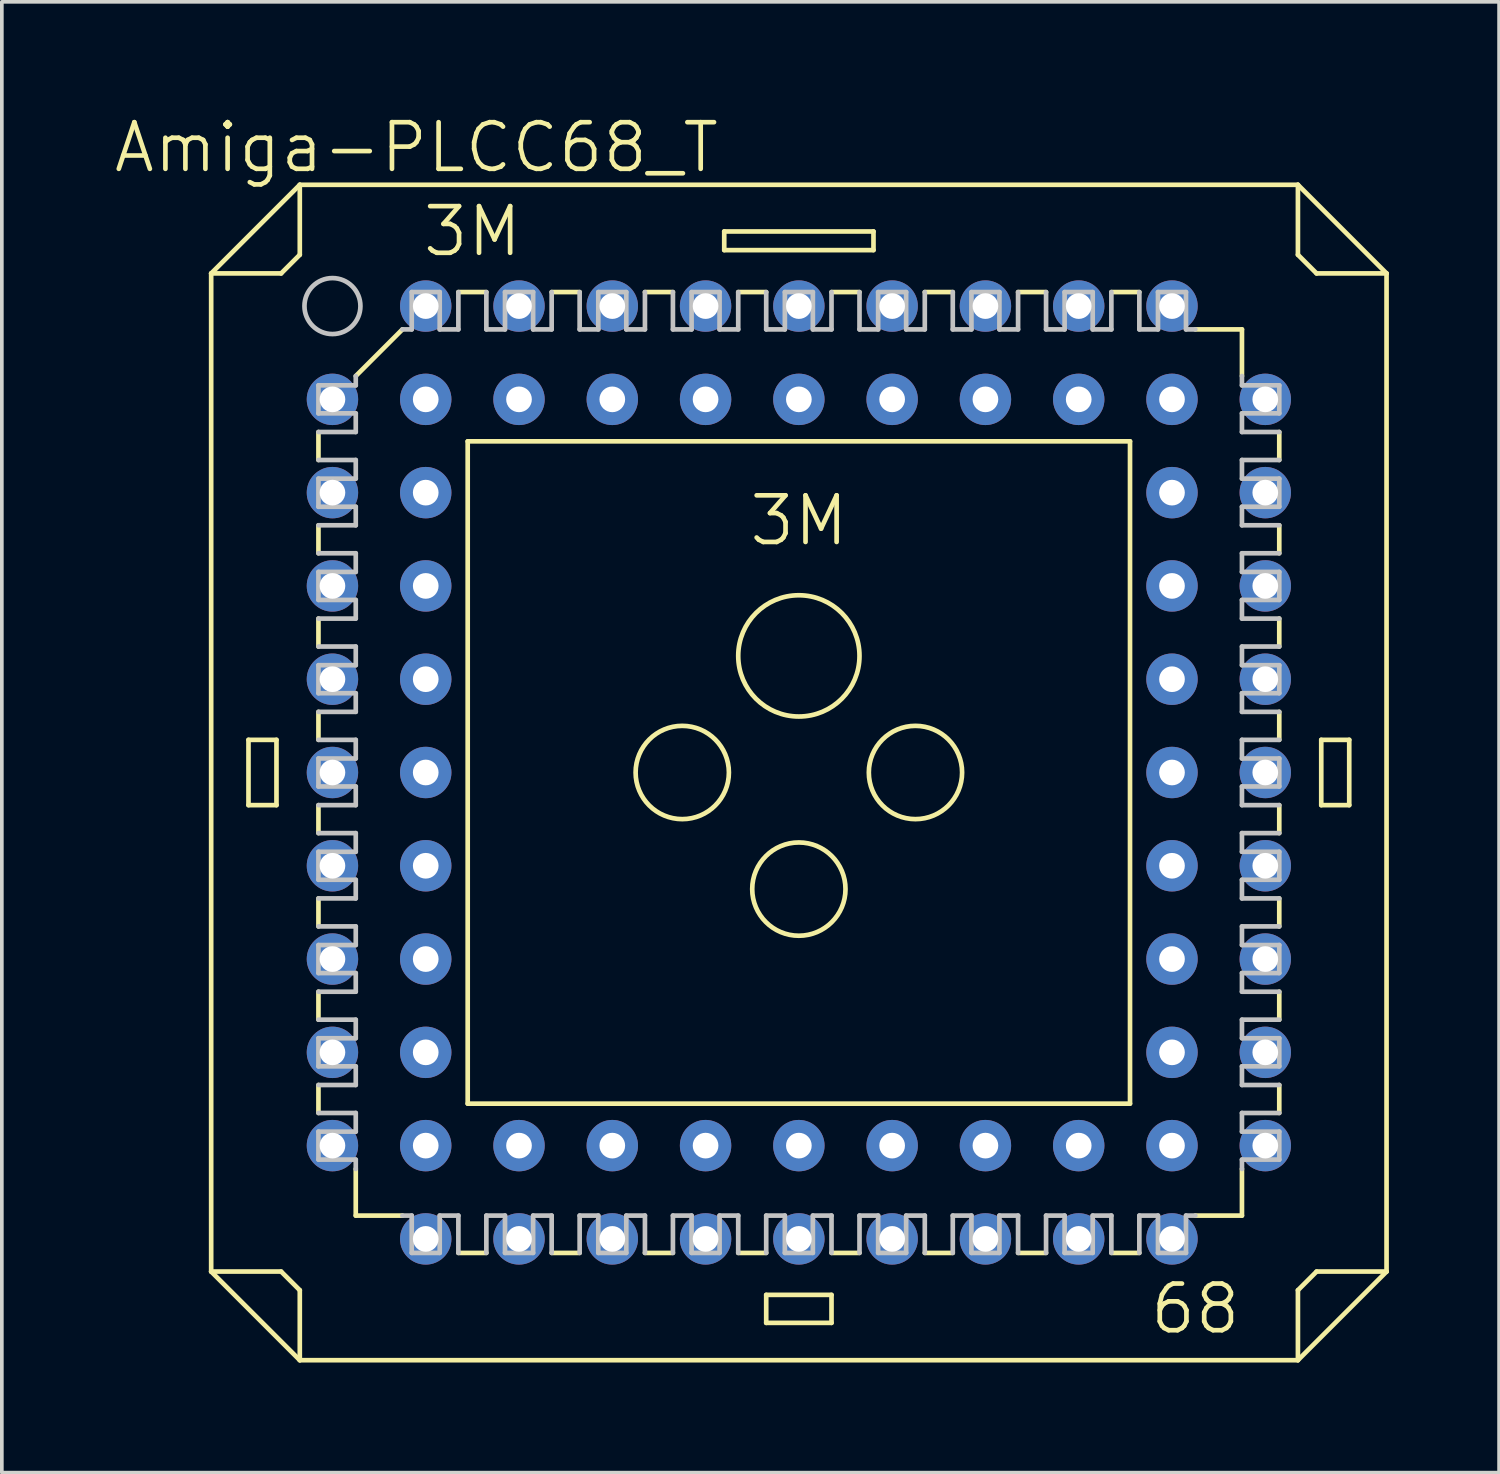
<source format=kicad_pcb>
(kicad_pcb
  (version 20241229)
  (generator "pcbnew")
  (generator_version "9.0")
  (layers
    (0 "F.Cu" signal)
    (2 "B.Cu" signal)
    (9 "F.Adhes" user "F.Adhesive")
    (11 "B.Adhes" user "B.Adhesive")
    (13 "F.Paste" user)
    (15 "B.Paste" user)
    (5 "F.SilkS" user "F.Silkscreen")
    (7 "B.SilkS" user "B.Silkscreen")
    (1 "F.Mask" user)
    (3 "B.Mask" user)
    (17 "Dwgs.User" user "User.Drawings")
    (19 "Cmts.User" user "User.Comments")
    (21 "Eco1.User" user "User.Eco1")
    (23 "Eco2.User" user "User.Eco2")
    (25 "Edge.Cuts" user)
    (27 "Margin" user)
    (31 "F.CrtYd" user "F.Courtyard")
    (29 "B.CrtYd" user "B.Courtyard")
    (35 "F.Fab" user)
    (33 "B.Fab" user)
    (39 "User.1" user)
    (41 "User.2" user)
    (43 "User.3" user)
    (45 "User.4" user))
  (footprint "Amiga-PLCC68_T"
    (layer "F.Cu")
    (at 18.702 17.984)
    (property "Reference" "Amiga-PLCC68_T" (at -10.414 -17.018 0) (layer "F.SilkS") (effects (font (size 1.27 1.27) (thickness 0.127))))
    (attr exclude_from_pos_files exclude_from_bom)
    (fp_line (start -16.002 -13.589) (end -16.002 13.589) (stroke (width 0.127) (type solid)) (layer "F.SilkS"))
    (fp_line (start -16.002 -13.589) (end -13.589 -16.002) (stroke (width 0.127) (type solid)) (layer "F.SilkS"))
    (fp_line (start -16.002 13.589) (end -14.097 13.589) (stroke (width 0.127) (type solid)) (layer "F.SilkS"))
    (fp_line (start -14.986 -0.889) (end -14.224 -0.889) (stroke (width 0.127) (type solid)) (layer "F.SilkS"))
    (fp_line (start -14.986 0.889) (end -14.986 -0.889) (stroke (width 0.127) (type solid)) (layer "F.SilkS"))
    (fp_line (start -14.986 0.889) (end -14.224 0.889) (stroke (width 0.127) (type solid)) (layer "F.SilkS"))
    (fp_line (start -14.224 0.889) (end -14.224 -0.889) (stroke (width 0.127) (type solid)) (layer "F.SilkS"))
    (fp_line (start -14.097 -13.589) (end -16.002 -13.589) (stroke (width 0.127) (type solid)) (layer "F.SilkS"))
    (fp_line (start -14.097 -13.589) (end -13.589 -14.097) (stroke (width 0.127) (type solid)) (layer "F.SilkS"))
    (fp_line (start -13.589 -16.002) (end -13.589 -14.097) (stroke (width 0.127) (type solid)) (layer "F.SilkS"))
    (fp_line (start -13.589 14.097) (end -14.097 13.589) (stroke (width 0.127) (type solid)) (layer "F.SilkS"))
    (fp_line (start -13.589 14.097) (end -13.589 16.002) (stroke (width 0.127) (type solid)) (layer "F.SilkS"))
    (fp_line (start -13.589 16.002) (end -16.002 13.589) (stroke (width 0.127) (type solid)) (layer "F.SilkS"))
    (fp_line (start -13.081 -9.271) (end -13.081 -8.509) (stroke (width 0.127) (type solid)) (layer "F.SilkS"))
    (fp_line (start -13.081 -6.731) (end -13.081 -5.969) (stroke (width 0.127) (type solid)) (layer "F.SilkS"))
    (fp_line (start -13.081 -4.191) (end -13.081 -3.429) (stroke (width 0.127) (type solid)) (layer "F.SilkS"))
    (fp_line (start -13.081 -0.889) (end -13.081 -1.651) (stroke (width 0.127) (type solid)) (layer "F.SilkS"))
    (fp_line (start -13.081 1.651) (end -13.081 0.889) (stroke (width 0.127) (type solid)) (layer "F.SilkS"))
    (fp_line (start -13.081 4.191) (end -13.081 3.429) (stroke (width 0.127) (type solid)) (layer "F.SilkS"))
    (fp_line (start -13.081 5.969) (end -13.081 6.731) (stroke (width 0.127) (type solid)) (layer "F.SilkS"))
    (fp_line (start -13.081 8.509) (end -13.081 9.271) (stroke (width 0.127) (type solid)) (layer "F.SilkS"))
    (fp_line (start -12.065 -10.795) (end -10.795 -12.065) (stroke (width 0.127) (type solid)) (layer "F.SilkS"))
    (fp_line (start -12.065 12.065) (end -12.065 10.795) (stroke (width 0.127) (type solid)) (layer "F.SilkS"))
    (fp_line (start -12.065 12.065) (end -10.795 12.065) (stroke (width 0.127) (type solid)) (layer "F.SilkS"))
    (fp_line (start -9.271 13.081) (end -8.509 13.081) (stroke (width 0.127) (type solid)) (layer "F.SilkS"))
    (fp_line (start -9.017 -9.017) (end -9.017 9.017) (stroke (width 0.127) (type solid)) (layer "F.SilkS"))
    (fp_line (start -9.017 -9.017) (end 9.017 -9.017) (stroke (width 0.127) (type solid)) (layer "F.SilkS"))
    (fp_line (start -8.509 -13.081) (end -9.271 -13.081) (stroke (width 0.127) (type solid)) (layer "F.SilkS"))
    (fp_line (start -6.731 13.081) (end -5.969 13.081) (stroke (width 0.127) (type solid)) (layer "F.SilkS"))
    (fp_line (start -5.969 -13.081) (end -6.731 -13.081) (stroke (width 0.127) (type solid)) (layer "F.SilkS"))
    (fp_line (start -4.191 13.081) (end -3.429 13.081) (stroke (width 0.127) (type solid)) (layer "F.SilkS"))
    (fp_line (start -3.429 -13.081) (end -4.191 -13.081) (stroke (width 0.127) (type solid)) (layer "F.SilkS"))
    (fp_line (start -2.032 -14.732) (end -2.032 -14.224) (stroke (width 0.127) (type solid)) (layer "F.SilkS"))
    (fp_line (start -1.651 13.081) (end -0.889 13.081) (stroke (width 0.127) (type solid)) (layer "F.SilkS"))
    (fp_line (start -0.889 -13.081) (end -1.651 -13.081) (stroke (width 0.127) (type solid)) (layer "F.SilkS"))
    (fp_line (start -0.889 14.986) (end -0.889 14.224) (stroke (width 0.127) (type solid)) (layer "F.SilkS"))
    (fp_line (start -0.889 14.986) (end 0.889 14.986) (stroke (width 0.127) (type solid)) (layer "F.SilkS"))
    (fp_line (start 0.889 13.081) (end 1.651 13.081) (stroke (width 0.127) (type solid)) (layer "F.SilkS"))
    (fp_line (start 0.889 14.224) (end -0.889 14.224) (stroke (width 0.127) (type solid)) (layer "F.SilkS"))
    (fp_line (start 0.889 14.224) (end 0.889 14.986) (stroke (width 0.127) (type solid)) (layer "F.SilkS"))
    (fp_line (start 1.651 -13.081) (end 0.889 -13.081) (stroke (width 0.127) (type solid)) (layer "F.SilkS"))
    (fp_line (start 2.032 -14.732) (end -2.032 -14.732) (stroke (width 0.127) (type solid)) (layer "F.SilkS"))
    (fp_line (start 2.032 -14.224) (end -2.032 -14.224) (stroke (width 0.127) (type solid)) (layer "F.SilkS"))
    (fp_line (start 2.032 -14.224) (end 2.032 -14.732) (stroke (width 0.127) (type solid)) (layer "F.SilkS"))
    (fp_line (start 3.429 13.081) (end 4.191 13.081) (stroke (width 0.127) (type solid)) (layer "F.SilkS"))
    (fp_line (start 4.191 -13.081) (end 3.429 -13.081) (stroke (width 0.127) (type solid)) (layer "F.SilkS"))
    (fp_line (start 5.969 13.081) (end 6.731 13.081) (stroke (width 0.127) (type solid)) (layer "F.SilkS"))
    (fp_line (start 6.731 -13.081) (end 5.969 -13.081) (stroke (width 0.127) (type solid)) (layer "F.SilkS"))
    (fp_line (start 8.509 13.081) (end 9.271 13.081) (stroke (width 0.127) (type solid)) (layer "F.SilkS"))
    (fp_line (start 9.017 9.017) (end -9.017 9.017) (stroke (width 0.127) (type solid)) (layer "F.SilkS"))
    (fp_line (start 9.017 9.017) (end 9.017 -9.017) (stroke (width 0.127) (type solid)) (layer "F.SilkS"))
    (fp_line (start 9.271 -13.081) (end 8.509 -13.081) (stroke (width 0.127) (type solid)) (layer "F.SilkS"))
    (fp_line (start 10.795 12.065) (end 12.065 12.065) (stroke (width 0.127) (type solid)) (layer "F.SilkS"))
    (fp_line (start 12.065 -12.065) (end 10.795 -12.065) (stroke (width 0.127) (type solid)) (layer "F.SilkS"))
    (fp_line (start 12.065 -12.065) (end 12.065 -10.795) (stroke (width 0.127) (type solid)) (layer "F.SilkS"))
    (fp_line (start 12.065 12.065) (end 12.065 10.795) (stroke (width 0.127) (type solid)) (layer "F.SilkS"))
    (fp_line (start 13.081 -8.509) (end 13.081 -9.271) (stroke (width 0.127) (type solid)) (layer "F.SilkS"))
    (fp_line (start 13.081 -5.969) (end 13.081 -6.731) (stroke (width 0.127) (type solid)) (layer "F.SilkS"))
    (fp_line (start 13.081 -4.191) (end 13.081 -3.429) (stroke (width 0.127) (type solid)) (layer "F.SilkS"))
    (fp_line (start 13.081 -1.651) (end 13.081 -0.889) (stroke (width 0.127) (type solid)) (layer "F.SilkS"))
    (fp_line (start 13.081 0.889) (end 13.081 1.651) (stroke (width 0.127) (type solid)) (layer "F.SilkS"))
    (fp_line (start 13.081 4.191) (end 13.081 3.429) (stroke (width 0.127) (type solid)) (layer "F.SilkS"))
    (fp_line (start 13.081 6.731) (end 13.081 5.969) (stroke (width 0.127) (type solid)) (layer "F.SilkS"))
    (fp_line (start 13.081 9.271) (end 13.081 8.509) (stroke (width 0.127) (type solid)) (layer "F.SilkS"))
    (fp_line (start 13.589 -16.002) (end -13.589 -16.002) (stroke (width 0.127) (type solid)) (layer "F.SilkS"))
    (fp_line (start 13.589 -16.002) (end 16.002 -13.589) (stroke (width 0.127) (type solid)) (layer "F.SilkS"))
    (fp_line (start 13.589 -14.097) (end 13.589 -16.002) (stroke (width 0.127) (type solid)) (layer "F.SilkS"))
    (fp_line (start 13.589 -14.097) (end 14.097 -13.589) (stroke (width 0.127) (type solid)) (layer "F.SilkS"))
    (fp_line (start 13.589 16.002) (end -13.589 16.002) (stroke (width 0.127) (type solid)) (layer "F.SilkS"))
    (fp_line (start 13.589 16.002) (end 13.589 14.097) (stroke (width 0.127) (type solid)) (layer "F.SilkS"))
    (fp_line (start 14.097 13.589) (end 13.589 14.097) (stroke (width 0.127) (type solid)) (layer "F.SilkS"))
    (fp_line (start 14.097 13.589) (end 16.002 13.589) (stroke (width 0.127) (type solid)) (layer "F.SilkS"))
    (fp_line (start 14.224 -0.889) (end 14.224 0.889) (stroke (width 0.127) (type solid)) (layer "F.SilkS"))
    (fp_line (start 14.224 -0.889) (end 14.986 -0.889) (stroke (width 0.127) (type solid)) (layer "F.SilkS"))
    (fp_line (start 14.986 0.889) (end 14.224 0.889) (stroke (width 0.127) (type solid)) (layer "F.SilkS"))
    (fp_line (start 14.986 0.889) (end 14.986 -0.889) (stroke (width 0.127) (type solid)) (layer "F.SilkS"))
    (fp_line (start 16.002 -13.589) (end 14.097 -13.589) (stroke (width 0.127) (type solid)) (layer "F.SilkS"))
    (fp_line (start 16.002 -13.589) (end 16.002 13.589) (stroke (width 0.127) (type solid)) (layer "F.SilkS"))
    (fp_line (start 16.002 13.589) (end 13.589 16.002) (stroke (width 0.127) (type solid)) (layer "F.SilkS"))
    (fp_circle (center -3.175 0) (end -3.175 -1.27) (stroke (width 0.127) (type solid)) (fill no) (layer "F.SilkS"))
    (fp_circle (center 0 -3.175) (end 0 -4.826) (stroke (width 0.127) (type solid)) (fill no) (layer "F.SilkS"))
    (fp_circle (center 0 3.175) (end 0 1.905) (stroke (width 0.127) (type solid)) (fill no) (layer "F.SilkS"))
    (fp_circle (center 3.175 0) (end 3.175 -1.27) (stroke (width 0.127) (type solid)) (fill no) (layer "F.SilkS"))
    (fp_line (start -13.081 -10.541) (end -13.081 -9.779) (stroke (width 0.127) (type solid)) (layer "Dwgs.User"))
    (fp_line (start -13.081 -10.541) (end -12.065 -10.541) (stroke (width 0.127) (type solid)) (layer "Dwgs.User"))
    (fp_line (start -13.081 -9.271) (end -12.065 -9.271) (stroke (width 0.127) (type solid)) (layer "Dwgs.User"))
    (fp_line (start -13.081 -7.236) (end -13.081 -8.001) (stroke (width 0.127) (type solid)) (layer "Dwgs.User"))
    (fp_line (start -13.081 -7.236) (end -12.065 -7.236) (stroke (width 0.127) (type solid)) (layer "Dwgs.User"))
    (fp_line (start -13.081 -6.731) (end -12.065 -6.731) (stroke (width 0.127) (type solid)) (layer "Dwgs.User"))
    (fp_line (start -13.081 -5.461) (end -13.081 -4.699) (stroke (width 0.127) (type solid)) (layer "Dwgs.User"))
    (fp_line (start -13.081 -5.461) (end -12.065 -5.461) (stroke (width 0.127) (type solid)) (layer "Dwgs.User"))
    (fp_line (start -13.081 -4.191) (end -12.065 -4.191) (stroke (width 0.127) (type solid)) (layer "Dwgs.User"))
    (fp_line (start -13.081 -2.921) (end -13.081 -2.159) (stroke (width 0.127) (type solid)) (layer "Dwgs.User"))
    (fp_line (start -13.081 -2.921) (end -12.065 -2.921) (stroke (width 0.127) (type solid)) (layer "Dwgs.User"))
    (fp_line (start -13.081 -0.889) (end -12.065 -0.889) (stroke (width 0.127) (type solid)) (layer "Dwgs.User"))
    (fp_line (start -13.081 0.381) (end -13.081 -0.381) (stroke (width 0.127) (type solid)) (layer "Dwgs.User"))
    (fp_line (start -13.081 0.381) (end -12.065 0.381) (stroke (width 0.127) (type solid)) (layer "Dwgs.User"))
    (fp_line (start -13.081 1.651) (end -12.065 1.651) (stroke (width 0.127) (type solid)) (layer "Dwgs.User"))
    (fp_line (start -13.081 2.921) (end -13.081 2.159) (stroke (width 0.127) (type solid)) (layer "Dwgs.User"))
    (fp_line (start -13.081 2.921) (end -12.065 2.921) (stroke (width 0.127) (type solid)) (layer "Dwgs.User"))
    (fp_line (start -13.081 4.191) (end -12.065 4.191) (stroke (width 0.127) (type solid)) (layer "Dwgs.User"))
    (fp_line (start -13.081 5.461) (end -13.081 4.699) (stroke (width 0.127) (type solid)) (layer "Dwgs.User"))
    (fp_line (start -13.081 5.461) (end -12.065 5.461) (stroke (width 0.127) (type solid)) (layer "Dwgs.User"))
    (fp_line (start -13.081 5.969) (end -12.065 5.969) (stroke (width 0.127) (type solid)) (layer "Dwgs.User"))
    (fp_line (start -13.081 7.236) (end -13.081 8.001) (stroke (width 0.127) (type solid)) (layer "Dwgs.User"))
    (fp_line (start -13.081 7.236) (end -12.065 7.236) (stroke (width 0.127) (type solid)) (layer "Dwgs.User"))
    (fp_line (start -13.081 8.509) (end -12.065 8.509) (stroke (width 0.127) (type solid)) (layer "Dwgs.User"))
    (fp_line (start -13.081 9.779) (end -12.065 9.779) (stroke (width 0.127) (type solid)) (layer "Dwgs.User"))
    (fp_line (start -13.081 10.541) (end -13.081 9.779) (stroke (width 0.127) (type solid)) (layer "Dwgs.User"))
    (fp_line (start -13.081 10.541) (end -12.065 10.541) (stroke (width 0.127) (type solid)) (layer "Dwgs.User"))
    (fp_line (start -12.065 -10.541) (end -12.065 -10.795) (stroke (width 0.127) (type solid)) (layer "Dwgs.User"))
    (fp_line (start -12.065 -9.779) (end -13.081 -9.779) (stroke (width 0.127) (type solid)) (layer "Dwgs.User"))
    (fp_line (start -12.065 -9.779) (end -12.065 -9.271) (stroke (width 0.127) (type solid)) (layer "Dwgs.User"))
    (fp_line (start -12.065 -8.509) (end -13.081 -8.509) (stroke (width 0.127) (type solid)) (layer "Dwgs.User"))
    (fp_line (start -12.065 -8.001) (end -13.081 -8.001) (stroke (width 0.127) (type solid)) (layer "Dwgs.User"))
    (fp_line (start -12.065 -8.001) (end -12.065 -8.509) (stroke (width 0.127) (type solid)) (layer "Dwgs.User"))
    (fp_line (start -12.065 -6.731) (end -12.065 -7.236) (stroke (width 0.127) (type solid)) (layer "Dwgs.User"))
    (fp_line (start -12.065 -5.969) (end -13.081 -5.969) (stroke (width 0.127) (type solid)) (layer "Dwgs.User"))
    (fp_line (start -12.065 -5.969) (end -12.065 -5.461) (stroke (width 0.127) (type solid)) (layer "Dwgs.User"))
    (fp_line (start -12.065 -4.699) (end -13.081 -4.699) (stroke (width 0.127) (type solid)) (layer "Dwgs.User"))
    (fp_line (start -12.065 -4.699) (end -12.065 -4.191) (stroke (width 0.127) (type solid)) (layer "Dwgs.User"))
    (fp_line (start -12.065 -3.429) (end -13.081 -3.429) (stroke (width 0.127) (type solid)) (layer "Dwgs.User"))
    (fp_line (start -12.065 -3.429) (end -12.065 -2.921) (stroke (width 0.127) (type solid)) (layer "Dwgs.User"))
    (fp_line (start -12.065 -2.159) (end -13.081 -2.159) (stroke (width 0.127) (type solid)) (layer "Dwgs.User"))
    (fp_line (start -12.065 -2.159) (end -12.065 -1.651) (stroke (width 0.127) (type solid)) (layer "Dwgs.User"))
    (fp_line (start -12.065 -1.651) (end -13.081 -1.651) (stroke (width 0.127) (type solid)) (layer "Dwgs.User"))
    (fp_line (start -12.065 -0.381) (end -13.081 -0.381) (stroke (width 0.127) (type solid)) (layer "Dwgs.User"))
    (fp_line (start -12.065 -0.381) (end -12.065 -0.889) (stroke (width 0.127) (type solid)) (layer "Dwgs.User"))
    (fp_line (start -12.065 0.889) (end -13.081 0.889) (stroke (width 0.127) (type solid)) (layer "Dwgs.User"))
    (fp_line (start -12.065 0.889) (end -12.065 0.381) (stroke (width 0.127) (type solid)) (layer "Dwgs.User"))
    (fp_line (start -12.065 2.159) (end -13.081 2.159) (stroke (width 0.127) (type solid)) (layer "Dwgs.User"))
    (fp_line (start -12.065 2.159) (end -12.065 1.651) (stroke (width 0.127) (type solid)) (layer "Dwgs.User"))
    (fp_line (start -12.065 3.429) (end -13.081 3.429) (stroke (width 0.127) (type solid)) (layer "Dwgs.User"))
    (fp_line (start -12.065 3.429) (end -12.065 2.921) (stroke (width 0.127) (type solid)) (layer "Dwgs.User"))
    (fp_line (start -12.065 4.699) (end -13.081 4.699) (stroke (width 0.127) (type solid)) (layer "Dwgs.User"))
    (fp_line (start -12.065 4.699) (end -12.065 4.191) (stroke (width 0.127) (type solid)) (layer "Dwgs.User"))
    (fp_line (start -12.065 5.461) (end -12.065 5.969) (stroke (width 0.127) (type solid)) (layer "Dwgs.User"))
    (fp_line (start -12.065 6.731) (end -13.081 6.731) (stroke (width 0.127) (type solid)) (layer "Dwgs.User"))
    (fp_line (start -12.065 6.731) (end -12.065 7.236) (stroke (width 0.127) (type solid)) (layer "Dwgs.User"))
    (fp_line (start -12.065 8.001) (end -13.081 8.001) (stroke (width 0.127) (type solid)) (layer "Dwgs.User"))
    (fp_line (start -12.065 8.001) (end -12.065 8.509) (stroke (width 0.127) (type solid)) (layer "Dwgs.User"))
    (fp_line (start -12.065 9.271) (end -13.081 9.271) (stroke (width 0.127) (type solid)) (layer "Dwgs.User"))
    (fp_line (start -12.065 9.271) (end -12.065 9.779) (stroke (width 0.127) (type solid)) (layer "Dwgs.User"))
    (fp_line (start -12.065 10.541) (end -12.065 10.795) (stroke (width 0.127) (type solid)) (layer "Dwgs.User"))
    (fp_line (start -10.795 -12.065) (end -10.541 -12.065) (stroke (width 0.127) (type solid)) (layer "Dwgs.User"))
    (fp_line (start -10.541 -12.065) (end -10.541 -13.081) (stroke (width 0.127) (type solid)) (layer "Dwgs.User"))
    (fp_line (start -10.541 12.065) (end -10.795 12.065) (stroke (width 0.127) (type solid)) (layer "Dwgs.User"))
    (fp_line (start -10.541 13.081) (end -10.541 12.065) (stroke (width 0.127) (type solid)) (layer "Dwgs.User"))
    (fp_line (start -10.541 13.081) (end -9.779 13.081) (stroke (width 0.127) (type solid)) (layer "Dwgs.User"))
    (fp_line (start -9.779 -13.081) (end -10.541 -13.081) (stroke (width 0.127) (type solid)) (layer "Dwgs.User"))
    (fp_line (start -9.779 -13.081) (end -9.779 -12.065) (stroke (width 0.127) (type solid)) (layer "Dwgs.User"))
    (fp_line (start -9.779 12.065) (end -9.779 13.081) (stroke (width 0.127) (type solid)) (layer "Dwgs.User"))
    (fp_line (start -9.779 12.065) (end -9.271 12.065) (stroke (width 0.127) (type solid)) (layer "Dwgs.User"))
    (fp_line (start -9.271 -12.065) (end -9.779 -12.065) (stroke (width 0.127) (type solid)) (layer "Dwgs.User"))
    (fp_line (start -9.271 -12.065) (end -9.271 -13.081) (stroke (width 0.127) (type solid)) (layer "Dwgs.User"))
    (fp_line (start -9.271 13.081) (end -9.271 12.065) (stroke (width 0.127) (type solid)) (layer "Dwgs.User"))
    (fp_line (start -8.509 -13.081) (end -8.509 -12.065) (stroke (width 0.127) (type solid)) (layer "Dwgs.User"))
    (fp_line (start -8.509 12.065) (end -8.509 13.081) (stroke (width 0.127) (type solid)) (layer "Dwgs.User"))
    (fp_line (start -8.001 -12.065) (end -8.509 -12.065) (stroke (width 0.127) (type solid)) (layer "Dwgs.User"))
    (fp_line (start -8.001 -12.065) (end -8.001 -13.081) (stroke (width 0.127) (type solid)) (layer "Dwgs.User"))
    (fp_line (start -8.001 12.065) (end -8.509 12.065) (stroke (width 0.127) (type solid)) (layer "Dwgs.User"))
    (fp_line (start -8.001 12.065) (end -8.001 13.081) (stroke (width 0.127) (type solid)) (layer "Dwgs.User"))
    (fp_line (start -7.236 -13.081) (end -8.001 -13.081) (stroke (width 0.127) (type solid)) (layer "Dwgs.User"))
    (fp_line (start -7.236 -13.081) (end -7.236 -12.065) (stroke (width 0.127) (type solid)) (layer "Dwgs.User"))
    (fp_line (start -7.236 13.081) (end -8.001 13.081) (stroke (width 0.127) (type solid)) (layer "Dwgs.User"))
    (fp_line (start -7.236 13.081) (end -7.236 12.065) (stroke (width 0.127) (type solid)) (layer "Dwgs.User"))
    (fp_line (start -6.731 -12.065) (end -7.236 -12.065) (stroke (width 0.127) (type solid)) (layer "Dwgs.User"))
    (fp_line (start -6.731 -12.065) (end -6.731 -13.081) (stroke (width 0.127) (type solid)) (layer "Dwgs.User"))
    (fp_line (start -6.731 12.065) (end -7.236 12.065) (stroke (width 0.127) (type solid)) (layer "Dwgs.User"))
    (fp_line (start -6.731 13.081) (end -6.731 12.065) (stroke (width 0.127) (type solid)) (layer "Dwgs.User"))
    (fp_line (start -5.969 -13.081) (end -5.969 -12.065) (stroke (width 0.127) (type solid)) (layer "Dwgs.User"))
    (fp_line (start -5.969 12.065) (end -5.969 13.081) (stroke (width 0.127) (type solid)) (layer "Dwgs.User"))
    (fp_line (start -5.969 12.065) (end -5.461 12.065) (stroke (width 0.127) (type solid)) (layer "Dwgs.User"))
    (fp_line (start -5.461 -12.065) (end -5.969 -12.065) (stroke (width 0.127) (type solid)) (layer "Dwgs.User"))
    (fp_line (start -5.461 -12.065) (end -5.461 -13.081) (stroke (width 0.127) (type solid)) (layer "Dwgs.User"))
    (fp_line (start -5.461 13.081) (end -5.461 12.065) (stroke (width 0.127) (type solid)) (layer "Dwgs.User"))
    (fp_line (start -5.461 13.081) (end -4.699 13.081) (stroke (width 0.127) (type solid)) (layer "Dwgs.User"))
    (fp_line (start -4.699 -13.081) (end -5.461 -13.081) (stroke (width 0.127) (type solid)) (layer "Dwgs.User"))
    (fp_line (start -4.699 -13.081) (end -4.699 -12.065) (stroke (width 0.127) (type solid)) (layer "Dwgs.User"))
    (fp_line (start -4.699 12.065) (end -4.699 13.081) (stroke (width 0.127) (type solid)) (layer "Dwgs.User"))
    (fp_line (start -4.699 12.065) (end -4.191 12.065) (stroke (width 0.127) (type solid)) (layer "Dwgs.User"))
    (fp_line (start -4.191 -12.065) (end -4.699 -12.065) (stroke (width 0.127) (type solid)) (layer "Dwgs.User"))
    (fp_line (start -4.191 -12.065) (end -4.191 -13.081) (stroke (width 0.127) (type solid)) (layer "Dwgs.User"))
    (fp_line (start -4.191 13.081) (end -4.191 12.065) (stroke (width 0.127) (type solid)) (layer "Dwgs.User"))
    (fp_line (start -3.429 -13.081) (end -3.429 -12.065) (stroke (width 0.127) (type solid)) (layer "Dwgs.User"))
    (fp_line (start -3.429 12.065) (end -3.429 13.081) (stroke (width 0.127) (type solid)) (layer "Dwgs.User"))
    (fp_line (start -3.429 12.065) (end -2.921 12.065) (stroke (width 0.127) (type solid)) (layer "Dwgs.User"))
    (fp_line (start -2.921 -12.065) (end -3.429 -12.065) (stroke (width 0.127) (type solid)) (layer "Dwgs.User"))
    (fp_line (start -2.921 -12.065) (end -2.921 -13.081) (stroke (width 0.127) (type solid)) (layer "Dwgs.User"))
    (fp_line (start -2.921 13.081) (end -2.921 12.065) (stroke (width 0.127) (type solid)) (layer "Dwgs.User"))
    (fp_line (start -2.921 13.081) (end -2.159 13.081) (stroke (width 0.127) (type solid)) (layer "Dwgs.User"))
    (fp_line (start -2.159 -13.081) (end -2.921 -13.081) (stroke (width 0.127) (type solid)) (layer "Dwgs.User"))
    (fp_line (start -2.159 -13.081) (end -2.159 -12.065) (stroke (width 0.127) (type solid)) (layer "Dwgs.User"))
    (fp_line (start -2.159 12.065) (end -2.159 13.081) (stroke (width 0.127) (type solid)) (layer "Dwgs.User"))
    (fp_line (start -2.159 12.065) (end -1.651 12.065) (stroke (width 0.127) (type solid)) (layer "Dwgs.User"))
    (fp_line (start -1.651 -12.065) (end -2.159 -12.065) (stroke (width 0.127) (type solid)) (layer "Dwgs.User"))
    (fp_line (start -1.651 -12.065) (end -1.651 -13.081) (stroke (width 0.127) (type solid)) (layer "Dwgs.User"))
    (fp_line (start -1.651 13.081) (end -1.651 12.065) (stroke (width 0.127) (type solid)) (layer "Dwgs.User"))
    (fp_line (start -0.889 -13.081) (end -0.889 -12.065) (stroke (width 0.127) (type solid)) (layer "Dwgs.User"))
    (fp_line (start -0.889 12.065) (end -0.889 13.081) (stroke (width 0.127) (type solid)) (layer "Dwgs.User"))
    (fp_line (start -0.889 12.065) (end -0.381 12.065) (stroke (width 0.127) (type solid)) (layer "Dwgs.User"))
    (fp_line (start -0.381 -12.065) (end -0.889 -12.065) (stroke (width 0.127) (type solid)) (layer "Dwgs.User"))
    (fp_line (start -0.381 -12.065) (end -0.381 -13.081) (stroke (width 0.127) (type solid)) (layer "Dwgs.User"))
    (fp_line (start -0.381 13.081) (end -0.381 12.065) (stroke (width 0.127) (type solid)) (layer "Dwgs.User"))
    (fp_line (start -0.381 13.081) (end 0.381 13.081) (stroke (width 0.127) (type solid)) (layer "Dwgs.User"))
    (fp_line (start 0.381 -13.081) (end -0.381 -13.081) (stroke (width 0.127) (type solid)) (layer "Dwgs.User"))
    (fp_line (start 0.381 -13.081) (end 0.381 -12.065) (stroke (width 0.127) (type solid)) (layer "Dwgs.User"))
    (fp_line (start 0.381 12.065) (end 0.381 13.081) (stroke (width 0.127) (type solid)) (layer "Dwgs.User"))
    (fp_line (start 0.381 12.065) (end 0.889 12.065) (stroke (width 0.127) (type solid)) (layer "Dwgs.User"))
    (fp_line (start 0.889 -12.065) (end 0.381 -12.065) (stroke (width 0.127) (type solid)) (layer "Dwgs.User"))
    (fp_line (start 0.889 -12.065) (end 0.889 -13.081) (stroke (width 0.127) (type solid)) (layer "Dwgs.User"))
    (fp_line (start 0.889 13.081) (end 0.889 12.065) (stroke (width 0.127) (type solid)) (layer "Dwgs.User"))
    (fp_line (start 1.651 -13.081) (end 1.651 -12.065) (stroke (width 0.127) (type solid)) (layer "Dwgs.User"))
    (fp_line (start 1.651 12.065) (end 1.651 13.081) (stroke (width 0.127) (type solid)) (layer "Dwgs.User"))
    (fp_line (start 1.651 12.065) (end 2.159 12.065) (stroke (width 0.127) (type solid)) (layer "Dwgs.User"))
    (fp_line (start 2.159 -12.065) (end 1.651 -12.065) (stroke (width 0.127) (type solid)) (layer "Dwgs.User"))
    (fp_line (start 2.159 -12.065) (end 2.159 -13.081) (stroke (width 0.127) (type solid)) (layer "Dwgs.User"))
    (fp_line (start 2.159 13.081) (end 2.159 12.065) (stroke (width 0.127) (type solid)) (layer "Dwgs.User"))
    (fp_line (start 2.159 13.081) (end 2.921 13.081) (stroke (width 0.127) (type solid)) (layer "Dwgs.User"))
    (fp_line (start 2.921 -13.081) (end 2.159 -13.081) (stroke (width 0.127) (type solid)) (layer "Dwgs.User"))
    (fp_line (start 2.921 -13.081) (end 2.921 -12.065) (stroke (width 0.127) (type solid)) (layer "Dwgs.User"))
    (fp_line (start 2.921 12.065) (end 2.921 13.081) (stroke (width 0.127) (type solid)) (layer "Dwgs.User"))
    (fp_line (start 2.921 12.065) (end 3.429 12.065) (stroke (width 0.127) (type solid)) (layer "Dwgs.User"))
    (fp_line (start 3.429 -12.065) (end 2.921 -12.065) (stroke (width 0.127) (type solid)) (layer "Dwgs.User"))
    (fp_line (start 3.429 -12.065) (end 3.429 -13.081) (stroke (width 0.127) (type solid)) (layer "Dwgs.User"))
    (fp_line (start 3.429 13.081) (end 3.429 12.065) (stroke (width 0.127) (type solid)) (layer "Dwgs.User"))
    (fp_line (start 4.191 -13.081) (end 4.191 -12.065) (stroke (width 0.127) (type solid)) (layer "Dwgs.User"))
    (fp_line (start 4.191 12.065) (end 4.191 13.081) (stroke (width 0.127) (type solid)) (layer "Dwgs.User"))
    (fp_line (start 4.191 12.065) (end 4.699 12.065) (stroke (width 0.127) (type solid)) (layer "Dwgs.User"))
    (fp_line (start 4.699 -12.065) (end 4.191 -12.065) (stroke (width 0.127) (type solid)) (layer "Dwgs.User"))
    (fp_line (start 4.699 -12.065) (end 4.699 -13.081) (stroke (width 0.127) (type solid)) (layer "Dwgs.User"))
    (fp_line (start 4.699 13.081) (end 4.699 12.065) (stroke (width 0.127) (type solid)) (layer "Dwgs.User"))
    (fp_line (start 4.699 13.081) (end 5.461 13.081) (stroke (width 0.127) (type solid)) (layer "Dwgs.User"))
    (fp_line (start 5.461 -13.081) (end 4.699 -13.081) (stroke (width 0.127) (type solid)) (layer "Dwgs.User"))
    (fp_line (start 5.461 -13.081) (end 5.461 -12.065) (stroke (width 0.127) (type solid)) (layer "Dwgs.User"))
    (fp_line (start 5.461 12.065) (end 5.461 13.081) (stroke (width 0.127) (type solid)) (layer "Dwgs.User"))
    (fp_line (start 5.461 12.065) (end 5.969 12.065) (stroke (width 0.127) (type solid)) (layer "Dwgs.User"))
    (fp_line (start 5.969 -12.065) (end 5.461 -12.065) (stroke (width 0.127) (type solid)) (layer "Dwgs.User"))
    (fp_line (start 5.969 -12.065) (end 5.969 -13.081) (stroke (width 0.127) (type solid)) (layer "Dwgs.User"))
    (fp_line (start 5.969 13.081) (end 5.969 12.065) (stroke (width 0.127) (type solid)) (layer "Dwgs.User"))
    (fp_line (start 6.731 -13.081) (end 6.731 -12.065) (stroke (width 0.127) (type solid)) (layer "Dwgs.User"))
    (fp_line (start 6.731 -12.065) (end 7.236 -12.065) (stroke (width 0.127) (type solid)) (layer "Dwgs.User"))
    (fp_line (start 6.731 12.065) (end 6.731 13.081) (stroke (width 0.127) (type solid)) (layer "Dwgs.User"))
    (fp_line (start 6.731 12.065) (end 7.236 12.065) (stroke (width 0.127) (type solid)) (layer "Dwgs.User"))
    (fp_line (start 7.236 -13.081) (end 7.236 -12.065) (stroke (width 0.127) (type solid)) (layer "Dwgs.User"))
    (fp_line (start 7.236 -13.081) (end 8.001 -13.081) (stroke (width 0.127) (type solid)) (layer "Dwgs.User"))
    (fp_line (start 7.236 13.081) (end 7.236 12.065) (stroke (width 0.127) (type solid)) (layer "Dwgs.User"))
    (fp_line (start 7.236 13.081) (end 8.001 13.081) (stroke (width 0.127) (type solid)) (layer "Dwgs.User"))
    (fp_line (start 8.001 -12.065) (end 8.001 -13.081) (stroke (width 0.127) (type solid)) (layer "Dwgs.User"))
    (fp_line (start 8.001 -12.065) (end 8.509 -12.065) (stroke (width 0.127) (type solid)) (layer "Dwgs.User"))
    (fp_line (start 8.001 12.065) (end 8.001 13.081) (stroke (width 0.127) (type solid)) (layer "Dwgs.User"))
    (fp_line (start 8.001 12.065) (end 8.509 12.065) (stroke (width 0.127) (type solid)) (layer "Dwgs.User"))
    (fp_line (start 8.509 -12.065) (end 8.509 -13.081) (stroke (width 0.127) (type solid)) (layer "Dwgs.User"))
    (fp_line (start 8.509 13.081) (end 8.509 12.065) (stroke (width 0.127) (type solid)) (layer "Dwgs.User"))
    (fp_line (start 9.271 -13.081) (end 9.271 -12.065) (stroke (width 0.127) (type solid)) (layer "Dwgs.User"))
    (fp_line (start 9.271 13.081) (end 9.271 12.065) (stroke (width 0.127) (type solid)) (layer "Dwgs.User"))
    (fp_line (start 9.779 -12.065) (end 9.271 -12.065) (stroke (width 0.127) (type solid)) (layer "Dwgs.User"))
    (fp_line (start 9.779 -12.065) (end 9.779 -13.081) (stroke (width 0.127) (type solid)) (layer "Dwgs.User"))
    (fp_line (start 9.779 12.065) (end 9.271 12.065) (stroke (width 0.127) (type solid)) (layer "Dwgs.User"))
    (fp_line (start 9.779 13.081) (end 9.779 12.065) (stroke (width 0.127) (type solid)) (layer "Dwgs.User"))
    (fp_line (start 9.779 13.081) (end 10.541 13.081) (stroke (width 0.127) (type solid)) (layer "Dwgs.User"))
    (fp_line (start 10.541 -13.081) (end 9.779 -13.081) (stroke (width 0.127) (type solid)) (layer "Dwgs.User"))
    (fp_line (start 10.541 -13.081) (end 10.541 -12.065) (stroke (width 0.127) (type solid)) (layer "Dwgs.User"))
    (fp_line (start 10.541 -12.065) (end 10.795 -12.065) (stroke (width 0.127) (type solid)) (layer "Dwgs.User"))
    (fp_line (start 10.541 12.065) (end 10.541 13.081) (stroke (width 0.127) (type solid)) (layer "Dwgs.User"))
    (fp_line (start 10.795 12.065) (end 10.541 12.065) (stroke (width 0.127) (type solid)) (layer "Dwgs.User"))
    (fp_line (start 12.065 -10.541) (end 12.065 -10.795) (stroke (width 0.127) (type solid)) (layer "Dwgs.User"))
    (fp_line (start 12.065 -9.779) (end 12.065 -9.271) (stroke (width 0.127) (type solid)) (layer "Dwgs.User"))
    (fp_line (start 12.065 -9.779) (end 13.081 -9.779) (stroke (width 0.127) (type solid)) (layer "Dwgs.User"))
    (fp_line (start 12.065 -9.271) (end 13.081 -9.271) (stroke (width 0.127) (type solid)) (layer "Dwgs.User"))
    (fp_line (start 12.065 -8.001) (end 12.065 -8.509) (stroke (width 0.127) (type solid)) (layer "Dwgs.User"))
    (fp_line (start 12.065 -8.001) (end 13.081 -8.001) (stroke (width 0.127) (type solid)) (layer "Dwgs.User"))
    (fp_line (start 12.065 -6.731) (end 12.065 -7.236) (stroke (width 0.127) (type solid)) (layer "Dwgs.User"))
    (fp_line (start 12.065 -6.731) (end 13.081 -6.731) (stroke (width 0.127) (type solid)) (layer "Dwgs.User"))
    (fp_line (start 12.065 -5.461) (end 12.065 -5.969) (stroke (width 0.127) (type solid)) (layer "Dwgs.User"))
    (fp_line (start 12.065 -4.699) (end 12.065 -4.191) (stroke (width 0.127) (type solid)) (layer "Dwgs.User"))
    (fp_line (start 12.065 -4.699) (end 13.081 -4.699) (stroke (width 0.127) (type solid)) (layer "Dwgs.User"))
    (fp_line (start 12.065 -3.429) (end 12.065 -2.921) (stroke (width 0.127) (type solid)) (layer "Dwgs.User"))
    (fp_line (start 12.065 -3.429) (end 13.081 -3.429) (stroke (width 0.127) (type solid)) (layer "Dwgs.User"))
    (fp_line (start 12.065 -2.159) (end 12.065 -1.651) (stroke (width 0.127) (type solid)) (layer "Dwgs.User"))
    (fp_line (start 12.065 -2.159) (end 13.081 -2.159) (stroke (width 0.127) (type solid)) (layer "Dwgs.User"))
    (fp_line (start 12.065 -0.889) (end 12.065 -0.381) (stroke (width 0.127) (type solid)) (layer "Dwgs.User"))
    (fp_line (start 12.065 -0.889) (end 13.081 -0.889) (stroke (width 0.127) (type solid)) (layer "Dwgs.User"))
    (fp_line (start 12.065 0.381) (end 12.065 0.889) (stroke (width 0.127) (type solid)) (layer "Dwgs.User"))
    (fp_line (start 12.065 0.381) (end 13.081 0.381) (stroke (width 0.127) (type solid)) (layer "Dwgs.User"))
    (fp_line (start 12.065 1.651) (end 12.065 2.159) (stroke (width 0.127) (type solid)) (layer "Dwgs.User"))
    (fp_line (start 12.065 1.651) (end 13.081 1.651) (stroke (width 0.127) (type solid)) (layer "Dwgs.User"))
    (fp_line (start 12.065 2.159) (end 13.081 2.159) (stroke (width 0.127) (type solid)) (layer "Dwgs.User"))
    (fp_line (start 12.065 3.429) (end 12.065 2.921) (stroke (width 0.127) (type solid)) (layer "Dwgs.User"))
    (fp_line (start 12.065 3.429) (end 13.081 3.429) (stroke (width 0.127) (type solid)) (layer "Dwgs.User"))
    (fp_line (start 12.065 4.699) (end 12.065 4.191) (stroke (width 0.127) (type solid)) (layer "Dwgs.User"))
    (fp_line (start 12.065 4.699) (end 13.081 4.699) (stroke (width 0.127) (type solid)) (layer "Dwgs.User"))
    (fp_line (start 12.065 5.969) (end 12.065 5.461) (stroke (width 0.127) (type solid)) (layer "Dwgs.User"))
    (fp_line (start 12.065 5.969) (end 13.081 5.969) (stroke (width 0.127) (type solid)) (layer "Dwgs.User"))
    (fp_line (start 12.065 6.731) (end 12.065 7.236) (stroke (width 0.127) (type solid)) (layer "Dwgs.User"))
    (fp_line (start 12.065 8.001) (end 12.065 8.509) (stroke (width 0.127) (type solid)) (layer "Dwgs.User"))
    (fp_line (start 12.065 8.001) (end 13.081 8.001) (stroke (width 0.127) (type solid)) (layer "Dwgs.User"))
    (fp_line (start 12.065 8.509) (end 13.081 8.509) (stroke (width 0.127) (type solid)) (layer "Dwgs.User"))
    (fp_line (start 12.065 9.779) (end 12.065 9.271) (stroke (width 0.127) (type solid)) (layer "Dwgs.User"))
    (fp_line (start 12.065 9.779) (end 13.081 9.779) (stroke (width 0.127) (type solid)) (layer "Dwgs.User"))
    (fp_line (start 12.065 10.541) (end 12.065 10.795) (stroke (width 0.127) (type solid)) (layer "Dwgs.User"))
    (fp_line (start 13.081 -10.541) (end 12.065 -10.541) (stroke (width 0.127) (type solid)) (layer "Dwgs.User"))
    (fp_line (start 13.081 -10.541) (end 13.081 -9.779) (stroke (width 0.127) (type solid)) (layer "Dwgs.User"))
    (fp_line (start 13.081 -8.509) (end 12.065 -8.509) (stroke (width 0.127) (type solid)) (layer "Dwgs.User"))
    (fp_line (start 13.081 -7.236) (end 12.065 -7.236) (stroke (width 0.127) (type solid)) (layer "Dwgs.User"))
    (fp_line (start 13.081 -7.236) (end 13.081 -8.001) (stroke (width 0.127) (type solid)) (layer "Dwgs.User"))
    (fp_line (start 13.081 -5.969) (end 12.065 -5.969) (stroke (width 0.127) (type solid)) (layer "Dwgs.User"))
    (fp_line (start 13.081 -5.461) (end 12.065 -5.461) (stroke (width 0.127) (type solid)) (layer "Dwgs.User"))
    (fp_line (start 13.081 -5.461) (end 13.081 -4.699) (stroke (width 0.127) (type solid)) (layer "Dwgs.User"))
    (fp_line (start 13.081 -4.191) (end 12.065 -4.191) (stroke (width 0.127) (type solid)) (layer "Dwgs.User"))
    (fp_line (start 13.081 -2.921) (end 12.065 -2.921) (stroke (width 0.127) (type solid)) (layer "Dwgs.User"))
    (fp_line (start 13.081 -2.921) (end 13.081 -2.159) (stroke (width 0.127) (type solid)) (layer "Dwgs.User"))
    (fp_line (start 13.081 -1.651) (end 12.065 -1.651) (stroke (width 0.127) (type solid)) (layer "Dwgs.User"))
    (fp_line (start 13.081 -0.381) (end 12.065 -0.381) (stroke (width 0.127) (type solid)) (layer "Dwgs.User"))
    (fp_line (start 13.081 -0.381) (end 13.081 0.381) (stroke (width 0.127) (type solid)) (layer "Dwgs.User"))
    (fp_line (start 13.081 0.889) (end 12.065 0.889) (stroke (width 0.127) (type solid)) (layer "Dwgs.User"))
    (fp_line (start 13.081 2.921) (end 12.065 2.921) (stroke (width 0.127) (type solid)) (layer "Dwgs.User"))
    (fp_line (start 13.081 2.921) (end 13.081 2.159) (stroke (width 0.127) (type solid)) (layer "Dwgs.User"))
    (fp_line (start 13.081 4.191) (end 12.065 4.191) (stroke (width 0.127) (type solid)) (layer "Dwgs.User"))
    (fp_line (start 13.081 5.461) (end 12.065 5.461) (stroke (width 0.127) (type solid)) (layer "Dwgs.User"))
    (fp_line (start 13.081 5.461) (end 13.081 4.699) (stroke (width 0.127) (type solid)) (layer "Dwgs.User"))
    (fp_line (start 13.081 6.731) (end 12.065 6.731) (stroke (width 0.127) (type solid)) (layer "Dwgs.User"))
    (fp_line (start 13.081 7.236) (end 12.065 7.236) (stroke (width 0.127) (type solid)) (layer "Dwgs.User"))
    (fp_line (start 13.081 7.236) (end 13.081 8.001) (stroke (width 0.127) (type solid)) (layer "Dwgs.User"))
    (fp_line (start 13.081 9.271) (end 12.065 9.271) (stroke (width 0.127) (type solid)) (layer "Dwgs.User"))
    (fp_line (start 13.081 10.541) (end 12.065 10.541) (stroke (width 0.127) (type solid)) (layer "Dwgs.User"))
    (fp_line (start 13.081 10.541) (end 13.081 9.779) (stroke (width 0.127) (type solid)) (layer "Dwgs.User"))
    (fp_circle (center -12.7 -12.7) (end -12.7 -13.462) (stroke (width 0.127) (type solid)) (fill no) (layer "Dwgs.User"))
    (fp_text user "68" (at 10.795 14.605 0) (layer "F.SilkS") (effects (font (size 1.27 1.27) (thickness 0.127))))
    (fp_text user "3M" (at -8.89 -14.732 0) (layer "F.SilkS") (effects (font (size 1.27 1.27) (thickness 0.127))))
    (fp_text user "3M" (at 0 -6.858 0) (layer "F.SilkS") (effects (font (size 1.27 1.27) (thickness 0.127))))
    (pad "1" thru_hole circle (at 0 -12.7) (size 1.4 1.4) (drill 0.699) (layers "*.Cu" "*.Paste" "*.Mask"))
    (pad "2" thru_hole circle (at 0 -10.16) (size 1.4 1.4) (drill 0.699) (layers "*.Cu" "*.Paste" "*.Mask"))
    (pad "3" thru_hole circle (at -2.54 -12.7) (size 1.4 1.4) (drill 0.699) (layers "*.Cu" "*.Paste" "*.Mask"))
    (pad "4" thru_hole circle (at -2.54 -10.16) (size 1.4 1.4) (drill 0.699) (layers "*.Cu" "*.Paste" "*.Mask"))
    (pad "5" thru_hole circle (at -5.08 -12.7) (size 1.4 1.4) (drill 0.699) (layers "*.Cu" "*.Paste" "*.Mask"))
    (pad "6" thru_hole circle (at -5.08 -10.16) (size 1.4 1.4) (drill 0.699) (layers "*.Cu" "*.Paste" "*.Mask"))
    (pad "7" thru_hole circle (at -7.62 -12.7) (size 1.4 1.4) (drill 0.699) (layers "*.Cu" "*.Paste" "*.Mask"))
    (pad "8" thru_hole circle (at -7.62 -10.16) (size 1.4 1.4) (drill 0.699) (layers "*.Cu" "*.Paste" "*.Mask"))
    (pad "9" thru_hole circle (at -10.16 -12.7) (size 1.4 1.4) (drill 0.699) (layers "*.Cu" "*.Paste" "*.Mask"))
    (pad "10" thru_hole circle (at -12.7 -10.16) (size 1.4 1.4) (drill 0.699) (layers "*.Cu" "*.Paste" "*.Mask"))
    (pad "11" thru_hole circle (at -10.16 -10.16) (size 1.4 1.4) (drill 0.699) (layers "*.Cu" "*.Paste" "*.Mask"))
    (pad "12" thru_hole circle (at -12.7 -7.62) (size 1.4 1.4) (drill 0.699) (layers "*.Cu" "*.Paste" "*.Mask"))
    (pad "13" thru_hole circle (at -10.16 -7.62) (size 1.4 1.4) (drill 0.699) (layers "*.Cu" "*.Paste" "*.Mask"))
    (pad "14" thru_hole circle (at -12.7 -5.08) (size 1.4 1.4) (drill 0.699) (layers "*.Cu" "*.Paste" "*.Mask"))
    (pad "15" thru_hole circle (at -10.16 -5.08) (size 1.4 1.4) (drill 0.699) (layers "*.Cu" "*.Paste" "*.Mask"))
    (pad "16" thru_hole circle (at -12.7 -2.54) (size 1.4 1.4) (drill 0.699) (layers "*.Cu" "*.Paste" "*.Mask"))
    (pad "17" thru_hole circle (at -10.16 -2.54) (size 1.4 1.4) (drill 0.699) (layers "*.Cu" "*.Paste" "*.Mask"))
    (pad "18" thru_hole circle (at -12.7 0) (size 1.4 1.4) (drill 0.699) (layers "*.Cu" "*.Paste" "*.Mask"))
    (pad "19" thru_hole circle (at -10.16 0) (size 1.4 1.4) (drill 0.699) (layers "*.Cu" "*.Paste" "*.Mask"))
    (pad "20" thru_hole circle (at -12.7 2.54) (size 1.4 1.4) (drill 0.699) (layers "*.Cu" "*.Paste" "*.Mask"))
    (pad "21" thru_hole circle (at -10.16 2.54) (size 1.4 1.4) (drill 0.699) (layers "*.Cu" "*.Paste" "*.Mask"))
    (pad "22" thru_hole circle (at -12.7 5.08) (size 1.4 1.4) (drill 0.699) (layers "*.Cu" "*.Paste" "*.Mask"))
    (pad "23" thru_hole circle (at -10.16 5.08) (size 1.4 1.4) (drill 0.699) (layers "*.Cu" "*.Paste" "*.Mask"))
    (pad "24" thru_hole circle (at -12.7 7.62) (size 1.4 1.4) (drill 0.699) (layers "*.Cu" "*.Paste" "*.Mask"))
    (pad "25" thru_hole circle (at -10.16 7.62) (size 1.4 1.4) (drill 0.699) (layers "*.Cu" "*.Paste" "*.Mask"))
    (pad "26" thru_hole circle (at -12.7 10.16) (size 1.4 1.4) (drill 0.699) (layers "*.Cu" "*.Paste" "*.Mask"))
    (pad "27" thru_hole circle (at -10.16 12.7) (size 1.4 1.4) (drill 0.699) (layers "*.Cu" "*.Paste" "*.Mask"))
    (pad "28" thru_hole circle (at -10.16 10.16) (size 1.4 1.4) (drill 0.699) (layers "*.Cu" "*.Paste" "*.Mask"))
    (pad "29" thru_hole circle (at -7.62 12.7) (size 1.4 1.4) (drill 0.699) (layers "*.Cu" "*.Paste" "*.Mask"))
    (pad "30" thru_hole circle (at -7.62 10.16) (size 1.4 1.4) (drill 0.699) (layers "*.Cu" "*.Paste" "*.Mask"))
    (pad "31" thru_hole circle (at -5.08 12.7) (size 1.4 1.4) (drill 0.699) (layers "*.Cu" "*.Paste" "*.Mask"))
    (pad "32" thru_hole circle (at -5.08 10.16) (size 1.4 1.4) (drill 0.699) (layers "*.Cu" "*.Paste" "*.Mask"))
    (pad "33" thru_hole circle (at -2.54 12.7) (size 1.4 1.4) (drill 0.699) (layers "*.Cu" "*.Paste" "*.Mask"))
    (pad "34" thru_hole circle (at -2.54 10.16) (size 1.4 1.4) (drill 0.699) (layers "*.Cu" "*.Paste" "*.Mask"))
    (pad "35" thru_hole circle (at 0 12.7) (size 1.4 1.4) (drill 0.699) (layers "*.Cu" "*.Paste" "*.Mask"))
    (pad "36" thru_hole circle (at 0 10.16) (size 1.4 1.4) (drill 0.699) (layers "*.Cu" "*.Paste" "*.Mask"))
    (pad "37" thru_hole circle (at 2.54 12.7) (size 1.4 1.4) (drill 0.699) (layers "*.Cu" "*.Paste" "*.Mask"))
    (pad "38" thru_hole circle (at 2.54 10.16) (size 1.4 1.4) (drill 0.699) (layers "*.Cu" "*.Paste" "*.Mask"))
    (pad "39" thru_hole circle (at 5.08 12.7) (size 1.4 1.4) (drill 0.699) (layers "*.Cu" "*.Paste" "*.Mask"))
    (pad "40" thru_hole circle (at 5.08 10.16) (size 1.4 1.4) (drill 0.699) (layers "*.Cu" "*.Paste" "*.Mask"))
    (pad "41" thru_hole circle (at 7.62 12.7) (size 1.4 1.4) (drill 0.699) (layers "*.Cu" "*.Paste" "*.Mask"))
    (pad "42" thru_hole circle (at 7.62 10.16) (size 1.4 1.4) (drill 0.699) (layers "*.Cu" "*.Paste" "*.Mask"))
    (pad "43" thru_hole circle (at 10.16 12.7) (size 1.4 1.4) (drill 0.699) (layers "*.Cu" "*.Paste" "*.Mask"))
    (pad "44" thru_hole circle (at 12.7 10.16) (size 1.4 1.4) (drill 0.699) (layers "*.Cu" "*.Paste" "*.Mask"))
    (pad "45" thru_hole circle (at 10.16 10.16) (size 1.4 1.4) (drill 0.699) (layers "*.Cu" "*.Paste" "*.Mask"))
    (pad "46" thru_hole circle (at 12.7 7.62) (size 1.4 1.4) (drill 0.699) (layers "*.Cu" "*.Paste" "*.Mask"))
    (pad "47" thru_hole circle (at 10.16 7.62) (size 1.4 1.4) (drill 0.699) (layers "*.Cu" "*.Paste" "*.Mask"))
    (pad "48" thru_hole circle (at 12.7 5.08) (size 1.4 1.4) (drill 0.699) (layers "*.Cu" "*.Paste" "*.Mask"))
    (pad "49" thru_hole circle (at 10.16 5.08) (size 1.4 1.4) (drill 0.699) (layers "*.Cu" "*.Paste" "*.Mask"))
    (pad "50" thru_hole circle (at 12.7 2.54) (size 1.4 1.4) (drill 0.699) (layers "*.Cu" "*.Paste" "*.Mask"))
    (pad "51" thru_hole circle (at 10.16 2.54) (size 1.4 1.4) (drill 0.699) (layers "*.Cu" "*.Paste" "*.Mask"))
    (pad "52" thru_hole circle (at 12.7 0) (size 1.4 1.4) (drill 0.699) (layers "*.Cu" "*.Paste" "*.Mask"))
    (pad "53" thru_hole circle (at 10.16 0) (size 1.4 1.4) (drill 0.699) (layers "*.Cu" "*.Paste" "*.Mask"))
    (pad "54" thru_hole circle (at 12.7 -2.54) (size 1.4 1.4) (drill 0.699) (layers "*.Cu" "*.Paste" "*.Mask"))
    (pad "55" thru_hole circle (at 10.16 -2.54) (size 1.4 1.4) (drill 0.699) (layers "*.Cu" "*.Paste" "*.Mask"))
    (pad "56" thru_hole circle (at 12.7 -5.08) (size 1.4 1.4) (drill 0.699) (layers "*.Cu" "*.Paste" "*.Mask"))
    (pad "57" thru_hole circle (at 10.16 -5.08) (size 1.4 1.4) (drill 0.699) (layers "*.Cu" "*.Paste" "*.Mask"))
    (pad "58" thru_hole circle (at 12.7 -7.62) (size 1.4 1.4) (drill 0.699) (layers "*.Cu" "*.Paste" "*.Mask"))
    (pad "59" thru_hole circle (at 10.16 -7.62) (size 1.4 1.4) (drill 0.699) (layers "*.Cu" "*.Paste" "*.Mask"))
    (pad "60" thru_hole circle (at 12.7 -10.16) (size 1.4 1.4) (drill 0.699) (layers "*.Cu" "*.Paste" "*.Mask"))
    (pad "61" thru_hole circle (at 10.16 -12.7) (size 1.4 1.4) (drill 0.699) (layers "*.Cu" "*.Paste" "*.Mask"))
    (pad "62" thru_hole circle (at 10.16 -10.16) (size 1.4 1.4) (drill 0.699) (layers "*.Cu" "*.Paste" "*.Mask"))
    (pad "63" thru_hole circle (at 7.62 -12.7) (size 1.4 1.4) (drill 0.699) (layers "*.Cu" "*.Paste" "*.Mask"))
    (pad "64" thru_hole circle (at 7.62 -10.16) (size 1.4 1.4) (drill 0.699) (layers "*.Cu" "*.Paste" "*.Mask"))
    (pad "65" thru_hole circle (at 5.08 -12.7) (size 1.4 1.4) (drill 0.699) (layers "*.Cu" "*.Paste" "*.Mask"))
    (pad "66" thru_hole circle (at 5.08 -10.16) (size 1.4 1.4) (drill 0.699) (layers "*.Cu" "*.Paste" "*.Mask"))
    (pad "67" thru_hole circle (at 2.54 -12.7) (size 1.4 1.4) (drill 0.699) (layers "*.Cu" "*.Paste" "*.Mask"))
    (pad "68" thru_hole circle (at 2.54 -10.16) (size 1.4 1.4) (drill 0.699) (layers "*.Cu" "*.Paste" "*.Mask")))
  (gr_rect
    (start -3 -3)
    (end 37.768 37.049)
    (stroke (width 0.1) (type default))
    (fill no)
    (layer "Edge.Cuts")))
</source>
